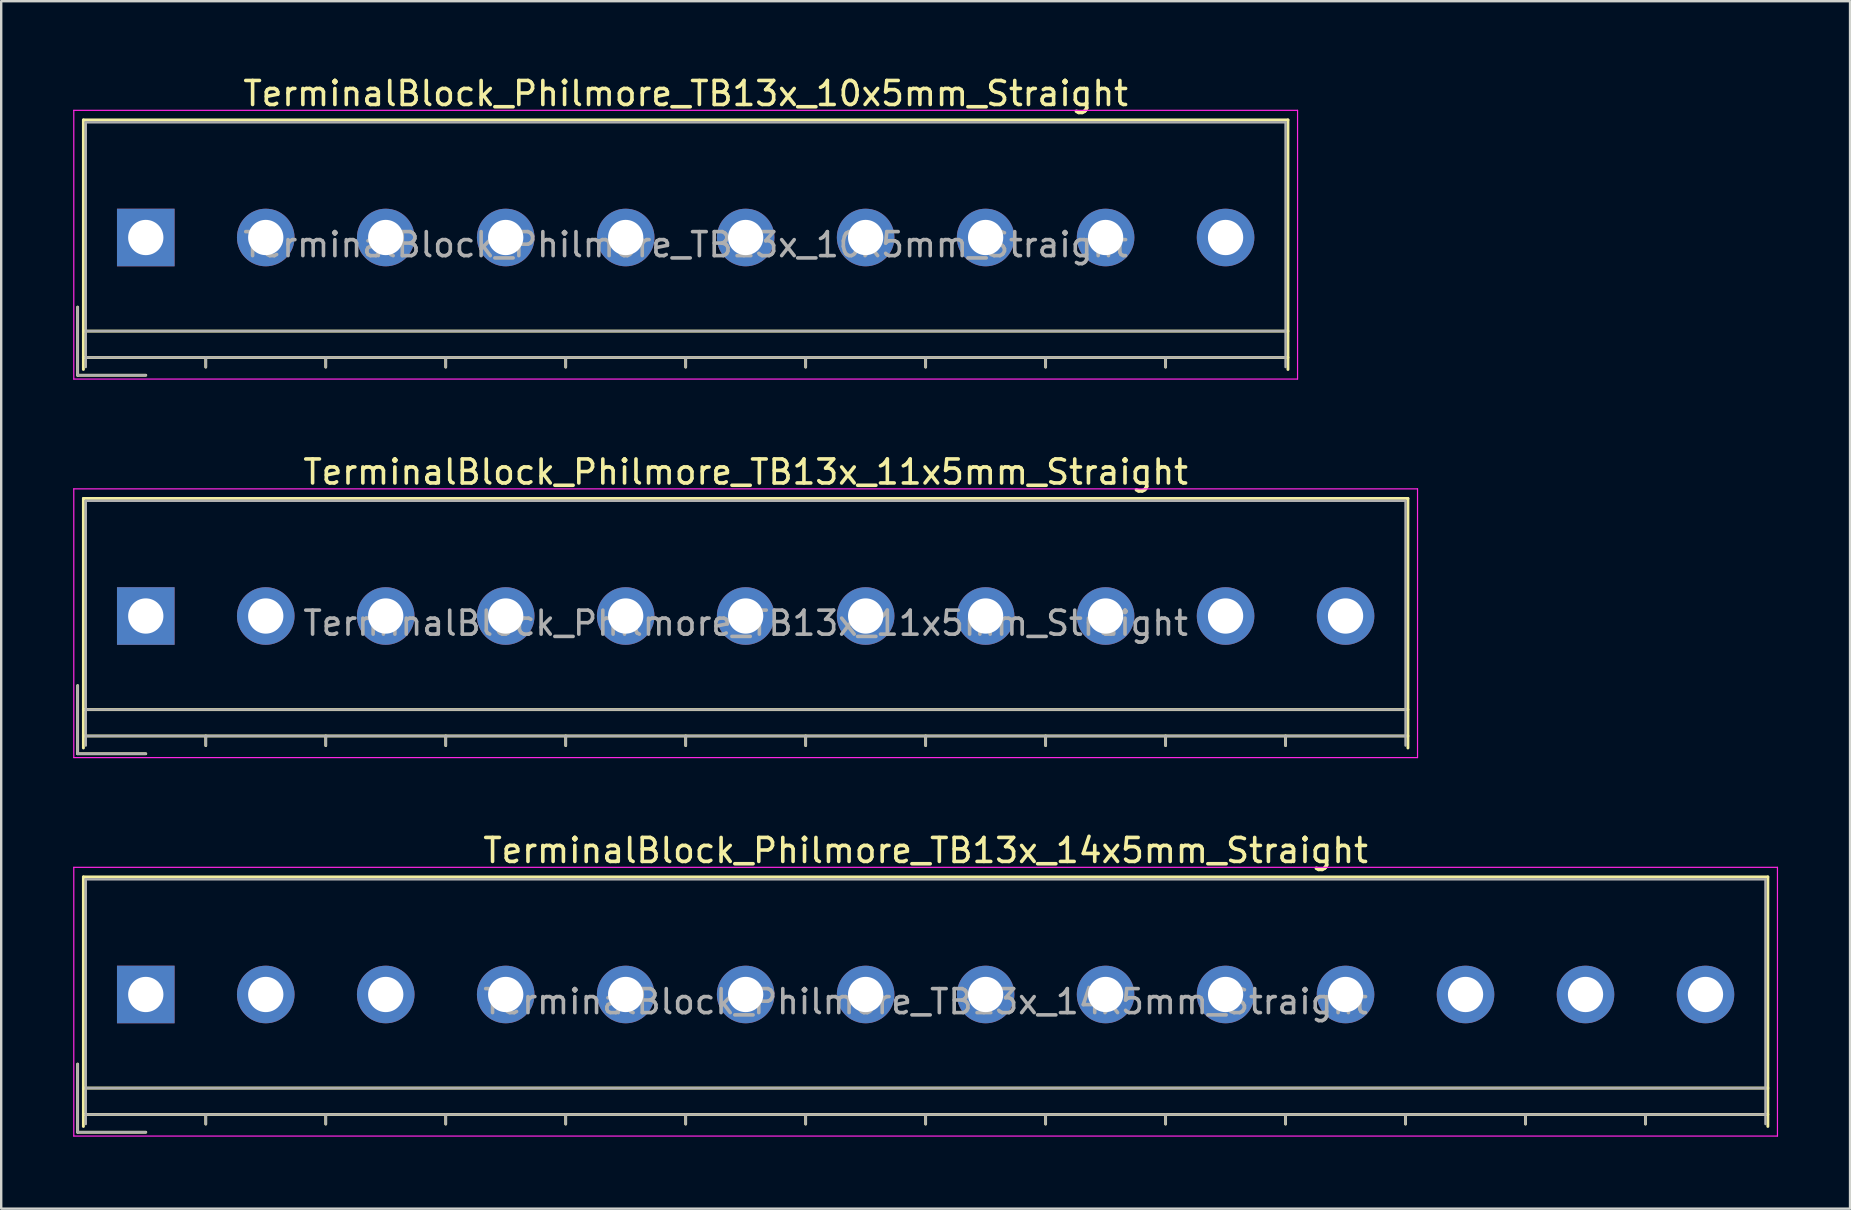
<source format=kicad_pcb>
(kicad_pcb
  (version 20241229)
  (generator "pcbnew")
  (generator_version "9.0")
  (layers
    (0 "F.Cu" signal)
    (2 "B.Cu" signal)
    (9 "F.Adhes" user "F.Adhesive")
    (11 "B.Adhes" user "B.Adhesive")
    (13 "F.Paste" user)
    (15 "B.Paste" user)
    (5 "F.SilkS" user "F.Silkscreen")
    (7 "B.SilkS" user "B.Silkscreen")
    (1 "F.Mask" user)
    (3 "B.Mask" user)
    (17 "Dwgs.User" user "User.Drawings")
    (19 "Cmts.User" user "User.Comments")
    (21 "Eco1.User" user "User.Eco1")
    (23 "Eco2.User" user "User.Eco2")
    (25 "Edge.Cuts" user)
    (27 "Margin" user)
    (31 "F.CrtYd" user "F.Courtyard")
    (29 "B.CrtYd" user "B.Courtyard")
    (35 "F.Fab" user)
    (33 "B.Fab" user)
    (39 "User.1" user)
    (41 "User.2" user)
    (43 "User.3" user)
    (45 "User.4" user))
  (footprint "TerminalBlock_Philmore_TB13x_10x5mm_Straight"
    (layer "F.Cu")
    (at 3.025 6.848)
    (property "Reference" "TerminalBlock_Philmore_TB13x_10x5mm_Straight" (at 22.5 -6 0) (layer "F.SilkS") (effects (font (size 1 1) (thickness 0.15))))
    (attr through_hole)
    (fp_line (start -2.84 2.9) (end -2.84 5.74) (stroke (width 0.12) (type solid)) (layer "F.SilkS"))
    (fp_line (start -2.84 5.74) (end 0 5.74) (stroke (width 0.12) (type solid)) (layer "F.SilkS"))
    (fp_line (start -2.6 -4.9) (end 47.6 -4.9) (stroke (width 0.12) (type solid)) (layer "F.SilkS"))
    (fp_line (start -2.6 3.9) (end 47.6 3.9) (stroke (width 0.12) (type solid)) (layer "F.SilkS"))
    (fp_line (start -2.6 5) (end 47.6 5) (stroke (width 0.12) (type solid)) (layer "F.SilkS"))
    (fp_line (start -2.6 5.5) (end -2.6 -4.9) (stroke (width 0.12) (type solid)) (layer "F.SilkS"))
    (fp_line (start 2.5 5) (end 2.5 5.4) (stroke (width 0.12) (type solid)) (layer "F.SilkS"))
    (fp_line (start 7.5 5) (end 7.5 5.4) (stroke (width 0.12) (type solid)) (layer "F.SilkS"))
    (fp_line (start 12.5 5) (end 12.5 5.4) (stroke (width 0.12) (type solid)) (layer "F.SilkS"))
    (fp_line (start 17.5 5) (end 17.5 5.4) (stroke (width 0.12) (type solid)) (layer "F.SilkS"))
    (fp_line (start 22.5 5) (end 22.5 5.4) (stroke (width 0.12) (type solid)) (layer "F.SilkS"))
    (fp_line (start 27.5 5) (end 27.5 5.4) (stroke (width 0.12) (type solid)) (layer "F.SilkS"))
    (fp_line (start 32.5 5) (end 32.5 5.4) (stroke (width 0.12) (type solid)) (layer "F.SilkS"))
    (fp_line (start 37.5 5) (end 37.5 5.4) (stroke (width 0.12) (type solid)) (layer "F.SilkS"))
    (fp_line (start 42.5 5) (end 42.5 5.4) (stroke (width 0.12) (type solid)) (layer "F.SilkS"))
    (fp_line (start 47.6 -4.9) (end 47.6 5.5) (stroke (width 0.12) (type solid)) (layer "F.SilkS"))
    (fp_line (start -3 -5.3) (end -3 5.9) (stroke (width 0.05) (type solid)) (layer "F.CrtYd"))
    (fp_line (start -3 5.9) (end 48 5.9) (stroke (width 0.05) (type solid)) (layer "F.CrtYd"))
    (fp_line (start 48 -5.3) (end -3 -5.3) (stroke (width 0.05) (type solid)) (layer "F.CrtYd"))
    (fp_line (start 48 5.9) (end 48 -5.3) (stroke (width 0.05) (type solid)) (layer "F.CrtYd"))
    (fp_line (start -2.84 2.9) (end -2.84 5.74) (stroke (width 0.1) (type solid)) (layer "F.Fab"))
    (fp_line (start -2.84 5.74) (end 0 5.74) (stroke (width 0.1) (type solid)) (layer "F.Fab"))
    (fp_line (start -2.5 -4.8) (end 47.5 -4.8) (stroke (width 0.1) (type solid)) (layer "F.Fab"))
    (fp_line (start -2.5 3.9) (end 47.5 3.9) (stroke (width 0.1) (type solid)) (layer "F.Fab"))
    (fp_line (start -2.5 5) (end 47.5 5) (stroke (width 0.1) (type solid)) (layer "F.Fab"))
    (fp_line (start -2.5 5.4) (end -2.5 -4.8) (stroke (width 0.1) (type solid)) (layer "F.Fab"))
    (fp_line (start 2.5 5) (end 2.5 5.4) (stroke (width 0.1) (type solid)) (layer "F.Fab"))
    (fp_line (start 7.5 5) (end 7.5 5.4) (stroke (width 0.1) (type solid)) (layer "F.Fab"))
    (fp_line (start 12.5 5) (end 12.5 5.4) (stroke (width 0.1) (type solid)) (layer "F.Fab"))
    (fp_line (start 17.5 5) (end 17.5 5.4) (stroke (width 0.1) (type solid)) (layer "F.Fab"))
    (fp_line (start 22.5 5) (end 22.5 5.4) (stroke (width 0.1) (type solid)) (layer "F.Fab"))
    (fp_line (start 27.5 5) (end 27.5 5.4) (stroke (width 0.1) (type solid)) (layer "F.Fab"))
    (fp_line (start 32.5 5) (end 32.5 5.4) (stroke (width 0.1) (type solid)) (layer "F.Fab"))
    (fp_line (start 37.5 5) (end 37.5 5.4) (stroke (width 0.1) (type solid)) (layer "F.Fab"))
    (fp_line (start 42.5 5) (end 42.5 5.4) (stroke (width 0.1) (type solid)) (layer "F.Fab"))
    (fp_line (start 47.5 -4.8) (end 47.5 5.4) (stroke (width 0.1) (type solid)) (layer "F.Fab"))
    (fp_text user "${REFERENCE}" (at 22.5 0.3 0) (layer "F.Fab") (effects (font (size 1 1) (thickness 0.15))))
    (pad "1" thru_hole rect (at 0 0) (size 2.4 2.4) (drill 1.47) (layers "*.Cu" "*.Mask"))
    (pad "2" thru_hole circle (at 5 0) (size 2.4 2.4) (drill 1.47) (layers "*.Cu" "*.Mask"))
    (pad "3" thru_hole circle (at 10 0) (size 2.4 2.4) (drill 1.47) (layers "*.Cu" "*.Mask"))
    (pad "4" thru_hole circle (at 15 0) (size 2.4 2.4) (drill 1.47) (layers "*.Cu" "*.Mask"))
    (pad "5" thru_hole circle (at 20 0) (size 2.4 2.4) (drill 1.47) (layers "*.Cu" "*.Mask"))
    (pad "6" thru_hole circle (at 25 0) (size 2.4 2.4) (drill 1.47) (layers "*.Cu" "*.Mask"))
    (pad "7" thru_hole circle (at 30 0) (size 2.4 2.4) (drill 1.47) (layers "*.Cu" "*.Mask"))
    (pad "8" thru_hole circle (at 35 0) (size 2.4 2.4) (drill 1.47) (layers "*.Cu" "*.Mask"))
    (pad "9" thru_hole circle (at 40 0) (size 2.4 2.4) (drill 1.47) (layers "*.Cu" "*.Mask"))
    (pad "10" thru_hole circle (at 45 0) (size 2.4 2.4) (drill 1.47) (layers "*.Cu" "*.Mask")))
  (footprint "TerminalBlock_Philmore_TB13x_11x5mm_Straight"
    (layer "F.Cu")
    (at 3.025 22.622)
    (property "Reference" "TerminalBlock_Philmore_TB13x_11x5mm_Straight" (at 25 -6 0) (layer "F.SilkS") (effects (font (size 1 1) (thickness 0.15))))
    (attr through_hole)
    (fp_line (start -2.84 2.9) (end -2.84 5.74) (stroke (width 0.12) (type solid)) (layer "F.SilkS"))
    (fp_line (start -2.84 5.74) (end 0 5.74) (stroke (width 0.12) (type solid)) (layer "F.SilkS"))
    (fp_line (start -2.6 -4.9) (end 52.6 -4.9) (stroke (width 0.12) (type solid)) (layer "F.SilkS"))
    (fp_line (start -2.6 3.9) (end 52.6 3.9) (stroke (width 0.12) (type solid)) (layer "F.SilkS"))
    (fp_line (start -2.6 5) (end 52.6 5) (stroke (width 0.12) (type solid)) (layer "F.SilkS"))
    (fp_line (start -2.6 5.5) (end -2.6 -4.9) (stroke (width 0.12) (type solid)) (layer "F.SilkS"))
    (fp_line (start 2.5 5) (end 2.5 5.4) (stroke (width 0.12) (type solid)) (layer "F.SilkS"))
    (fp_line (start 7.5 5) (end 7.5 5.4) (stroke (width 0.12) (type solid)) (layer "F.SilkS"))
    (fp_line (start 12.5 5) (end 12.5 5.4) (stroke (width 0.12) (type solid)) (layer "F.SilkS"))
    (fp_line (start 17.5 5) (end 17.5 5.4) (stroke (width 0.12) (type solid)) (layer "F.SilkS"))
    (fp_line (start 22.5 5) (end 22.5 5.4) (stroke (width 0.12) (type solid)) (layer "F.SilkS"))
    (fp_line (start 27.5 5) (end 27.5 5.4) (stroke (width 0.12) (type solid)) (layer "F.SilkS"))
    (fp_line (start 32.5 5) (end 32.5 5.4) (stroke (width 0.12) (type solid)) (layer "F.SilkS"))
    (fp_line (start 37.5 5) (end 37.5 5.4) (stroke (width 0.12) (type solid)) (layer "F.SilkS"))
    (fp_line (start 42.5 5) (end 42.5 5.4) (stroke (width 0.12) (type solid)) (layer "F.SilkS"))
    (fp_line (start 47.5 5) (end 47.5 5.4) (stroke (width 0.12) (type solid)) (layer "F.SilkS"))
    (fp_line (start 52.6 -4.9) (end 52.6 5.5) (stroke (width 0.12) (type solid)) (layer "F.SilkS"))
    (fp_line (start -3 -5.3) (end -3 5.9) (stroke (width 0.05) (type solid)) (layer "F.CrtYd"))
    (fp_line (start -3 5.9) (end 53 5.9) (stroke (width 0.05) (type solid)) (layer "F.CrtYd"))
    (fp_line (start 53 -5.3) (end -3 -5.3) (stroke (width 0.05) (type solid)) (layer "F.CrtYd"))
    (fp_line (start 53 5.9) (end 53 -5.3) (stroke (width 0.05) (type solid)) (layer "F.CrtYd"))
    (fp_line (start -2.84 2.9) (end -2.84 5.74) (stroke (width 0.1) (type solid)) (layer "F.Fab"))
    (fp_line (start -2.84 5.74) (end 0 5.74) (stroke (width 0.1) (type solid)) (layer "F.Fab"))
    (fp_line (start -2.5 -4.8) (end 52.5 -4.8) (stroke (width 0.1) (type solid)) (layer "F.Fab"))
    (fp_line (start -2.5 3.9) (end 52.5 3.9) (stroke (width 0.1) (type solid)) (layer "F.Fab"))
    (fp_line (start -2.5 5) (end 52.5 5) (stroke (width 0.1) (type solid)) (layer "F.Fab"))
    (fp_line (start -2.5 5.4) (end -2.5 -4.8) (stroke (width 0.1) (type solid)) (layer "F.Fab"))
    (fp_line (start 2.5 5) (end 2.5 5.4) (stroke (width 0.1) (type solid)) (layer "F.Fab"))
    (fp_line (start 7.5 5) (end 7.5 5.4) (stroke (width 0.1) (type solid)) (layer "F.Fab"))
    (fp_line (start 12.5 5) (end 12.5 5.4) (stroke (width 0.1) (type solid)) (layer "F.Fab"))
    (fp_line (start 17.5 5) (end 17.5 5.4) (stroke (width 0.1) (type solid)) (layer "F.Fab"))
    (fp_line (start 22.5 5) (end 22.5 5.4) (stroke (width 0.1) (type solid)) (layer "F.Fab"))
    (fp_line (start 27.5 5) (end 27.5 5.4) (stroke (width 0.1) (type solid)) (layer "F.Fab"))
    (fp_line (start 32.5 5) (end 32.5 5.4) (stroke (width 0.1) (type solid)) (layer "F.Fab"))
    (fp_line (start 37.5 5) (end 37.5 5.4) (stroke (width 0.1) (type solid)) (layer "F.Fab"))
    (fp_line (start 42.5 5) (end 42.5 5.4) (stroke (width 0.1) (type solid)) (layer "F.Fab"))
    (fp_line (start 47.5 5) (end 47.5 5.4) (stroke (width 0.1) (type solid)) (layer "F.Fab"))
    (fp_line (start 52.5 -4.8) (end 52.5 5.4) (stroke (width 0.1) (type solid)) (layer "F.Fab"))
    (fp_text user "${REFERENCE}" (at 25 0.3 0) (layer "F.Fab") (effects (font (size 1 1) (thickness 0.15))))
    (pad "1" thru_hole rect (at 0 0) (size 2.4 2.4) (drill 1.47) (layers "*.Cu" "*.Mask"))
    (pad "2" thru_hole circle (at 5 0) (size 2.4 2.4) (drill 1.47) (layers "*.Cu" "*.Mask"))
    (pad "3" thru_hole circle (at 10 0) (size 2.4 2.4) (drill 1.47) (layers "*.Cu" "*.Mask"))
    (pad "4" thru_hole circle (at 15 0) (size 2.4 2.4) (drill 1.47) (layers "*.Cu" "*.Mask"))
    (pad "5" thru_hole circle (at 20 0) (size 2.4 2.4) (drill 1.47) (layers "*.Cu" "*.Mask"))
    (pad "6" thru_hole circle (at 25 0) (size 2.4 2.4) (drill 1.47) (layers "*.Cu" "*.Mask"))
    (pad "7" thru_hole circle (at 30 0) (size 2.4 2.4) (drill 1.47) (layers "*.Cu" "*.Mask"))
    (pad "8" thru_hole circle (at 35 0) (size 2.4 2.4) (drill 1.47) (layers "*.Cu" "*.Mask"))
    (pad "9" thru_hole circle (at 40 0) (size 2.4 2.4) (drill 1.47) (layers "*.Cu" "*.Mask"))
    (pad "10" thru_hole circle (at 45 0) (size 2.4 2.4) (drill 1.47) (layers "*.Cu" "*.Mask"))
    (pad "11" thru_hole circle (at 50 0) (size 2.4 2.4) (drill 1.47) (layers "*.Cu" "*.Mask")))
  (footprint "TerminalBlock_Philmore_TB13x_14x5mm_Straight"
    (layer "F.Cu")
    (at 3.025 38.395)
    (property "Reference" "TerminalBlock_Philmore_TB13x_14x5mm_Straight" (at 32.5 -6 0) (layer "F.SilkS") (effects (font (size 1 1) (thickness 0.15))))
    (attr through_hole)
    (fp_line (start -2.84 2.9) (end -2.84 5.74) (stroke (width 0.12) (type solid)) (layer "F.SilkS"))
    (fp_line (start -2.84 5.74) (end 0 5.74) (stroke (width 0.12) (type solid)) (layer "F.SilkS"))
    (fp_line (start -2.6 -4.9) (end 67.6 -4.9) (stroke (width 0.12) (type solid)) (layer "F.SilkS"))
    (fp_line (start -2.6 3.9) (end 67.6 3.9) (stroke (width 0.12) (type solid)) (layer "F.SilkS"))
    (fp_line (start -2.6 5) (end 67.6 5) (stroke (width 0.12) (type solid)) (layer "F.SilkS"))
    (fp_line (start -2.6 5.5) (end -2.6 -4.9) (stroke (width 0.12) (type solid)) (layer "F.SilkS"))
    (fp_line (start 2.5 5) (end 2.5 5.4) (stroke (width 0.12) (type solid)) (layer "F.SilkS"))
    (fp_line (start 7.5 5) (end 7.5 5.4) (stroke (width 0.12) (type solid)) (layer "F.SilkS"))
    (fp_line (start 12.5 5) (end 12.5 5.4) (stroke (width 0.12) (type solid)) (layer "F.SilkS"))
    (fp_line (start 17.5 5) (end 17.5 5.4) (stroke (width 0.12) (type solid)) (layer "F.SilkS"))
    (fp_line (start 22.5 5) (end 22.5 5.4) (stroke (width 0.12) (type solid)) (layer "F.SilkS"))
    (fp_line (start 27.5 5) (end 27.5 5.4) (stroke (width 0.12) (type solid)) (layer "F.SilkS"))
    (fp_line (start 32.5 5) (end 32.5 5.4) (stroke (width 0.12) (type solid)) (layer "F.SilkS"))
    (fp_line (start 37.5 5) (end 37.5 5.4) (stroke (width 0.12) (type solid)) (layer "F.SilkS"))
    (fp_line (start 42.5 5) (end 42.5 5.4) (stroke (width 0.12) (type solid)) (layer "F.SilkS"))
    (fp_line (start 47.5 5) (end 47.5 5.4) (stroke (width 0.12) (type solid)) (layer "F.SilkS"))
    (fp_line (start 52.5 5) (end 52.5 5.4) (stroke (width 0.12) (type solid)) (layer "F.SilkS"))
    (fp_line (start 57.5 5) (end 57.5 5.4) (stroke (width 0.12) (type solid)) (layer "F.SilkS"))
    (fp_line (start 62.5 5) (end 62.5 5.4) (stroke (width 0.12) (type solid)) (layer "F.SilkS"))
    (fp_line (start 67.6 -4.9) (end 67.6 5.5) (stroke (width 0.12) (type solid)) (layer "F.SilkS"))
    (fp_line (start -3 -5.3) (end -3 5.9) (stroke (width 0.05) (type solid)) (layer "F.CrtYd"))
    (fp_line (start -3 5.9) (end 68 5.9) (stroke (width 0.05) (type solid)) (layer "F.CrtYd"))
    (fp_line (start 68 -5.3) (end -3 -5.3) (stroke (width 0.05) (type solid)) (layer "F.CrtYd"))
    (fp_line (start 68 5.9) (end 68 -5.3) (stroke (width 0.05) (type solid)) (layer "F.CrtYd"))
    (fp_line (start -2.84 2.9) (end -2.84 5.74) (stroke (width 0.1) (type solid)) (layer "F.Fab"))
    (fp_line (start -2.84 5.74) (end 0 5.74) (stroke (width 0.1) (type solid)) (layer "F.Fab"))
    (fp_line (start -2.5 -4.8) (end 67.5 -4.8) (stroke (width 0.1) (type solid)) (layer "F.Fab"))
    (fp_line (start -2.5 3.9) (end 67.5 3.9) (stroke (width 0.1) (type solid)) (layer "F.Fab"))
    (fp_line (start -2.5 5) (end 67.5 5) (stroke (width 0.1) (type solid)) (layer "F.Fab"))
    (fp_line (start -2.5 5.4) (end -2.5 -4.8) (stroke (width 0.1) (type solid)) (layer "F.Fab"))
    (fp_line (start 2.5 5) (end 2.5 5.4) (stroke (width 0.1) (type solid)) (layer "F.Fab"))
    (fp_line (start 7.5 5) (end 7.5 5.4) (stroke (width 0.1) (type solid)) (layer "F.Fab"))
    (fp_line (start 12.5 5) (end 12.5 5.4) (stroke (width 0.1) (type solid)) (layer "F.Fab"))
    (fp_line (start 17.5 5) (end 17.5 5.4) (stroke (width 0.1) (type solid)) (layer "F.Fab"))
    (fp_line (start 22.5 5) (end 22.5 5.4) (stroke (width 0.1) (type solid)) (layer "F.Fab"))
    (fp_line (start 27.5 5) (end 27.5 5.4) (stroke (width 0.1) (type solid)) (layer "F.Fab"))
    (fp_line (start 32.5 5) (end 32.5 5.4) (stroke (width 0.1) (type solid)) (layer "F.Fab"))
    (fp_line (start 37.5 5) (end 37.5 5.4) (stroke (width 0.1) (type solid)) (layer "F.Fab"))
    (fp_line (start 42.5 5) (end 42.5 5.4) (stroke (width 0.1) (type solid)) (layer "F.Fab"))
    (fp_line (start 47.5 5) (end 47.5 5.4) (stroke (width 0.1) (type solid)) (layer "F.Fab"))
    (fp_line (start 52.5 5) (end 52.5 5.4) (stroke (width 0.1) (type solid)) (layer "F.Fab"))
    (fp_line (start 57.5 5) (end 57.5 5.4) (stroke (width 0.1) (type solid)) (layer "F.Fab"))
    (fp_line (start 62.5 5) (end 62.5 5.4) (stroke (width 0.1) (type solid)) (layer "F.Fab"))
    (fp_line (start 67.5 -4.8) (end 67.5 5.4) (stroke (width 0.1) (type solid)) (layer "F.Fab"))
    (fp_text user "${REFERENCE}" (at 32.5 0.3 0) (layer "F.Fab") (effects (font (size 1 1) (thickness 0.15))))
    (pad "1" thru_hole rect (at 0 0) (size 2.4 2.4) (drill 1.47) (layers "*.Cu" "*.Mask"))
    (pad "2" thru_hole circle (at 5 0) (size 2.4 2.4) (drill 1.47) (layers "*.Cu" "*.Mask"))
    (pad "3" thru_hole circle (at 10 0) (size 2.4 2.4) (drill 1.47) (layers "*.Cu" "*.Mask"))
    (pad "4" thru_hole circle (at 15 0) (size 2.4 2.4) (drill 1.47) (layers "*.Cu" "*.Mask"))
    (pad "5" thru_hole circle (at 20 0) (size 2.4 2.4) (drill 1.47) (layers "*.Cu" "*.Mask"))
    (pad "6" thru_hole circle (at 25 0) (size 2.4 2.4) (drill 1.47) (layers "*.Cu" "*.Mask"))
    (pad "7" thru_hole circle (at 30 0) (size 2.4 2.4) (drill 1.47) (layers "*.Cu" "*.Mask"))
    (pad "8" thru_hole circle (at 35 0) (size 2.4 2.4) (drill 1.47) (layers "*.Cu" "*.Mask"))
    (pad "9" thru_hole circle (at 40 0) (size 2.4 2.4) (drill 1.47) (layers "*.Cu" "*.Mask"))
    (pad "10" thru_hole circle (at 45 0) (size 2.4 2.4) (drill 1.47) (layers "*.Cu" "*.Mask"))
    (pad "11" thru_hole circle (at 50 0) (size 2.4 2.4) (drill 1.47) (layers "*.Cu" "*.Mask"))
    (pad "12" thru_hole circle (at 55 0) (size 2.4 2.4) (drill 1.47) (layers "*.Cu" "*.Mask"))
    (pad "13" thru_hole circle (at 60 0) (size 2.4 2.4) (drill 1.47) (layers "*.Cu" "*.Mask"))
    (pad "14" thru_hole circle (at 65 0) (size 2.4 2.4) (drill 1.47) (layers "*.Cu" "*.Mask")))
  (gr_rect
    (start -3 -3)
    (end 74.05 47.32)
    (stroke (width 0.1) (type default))
    (fill no)
    (layer "Edge.Cuts")))
</source>
